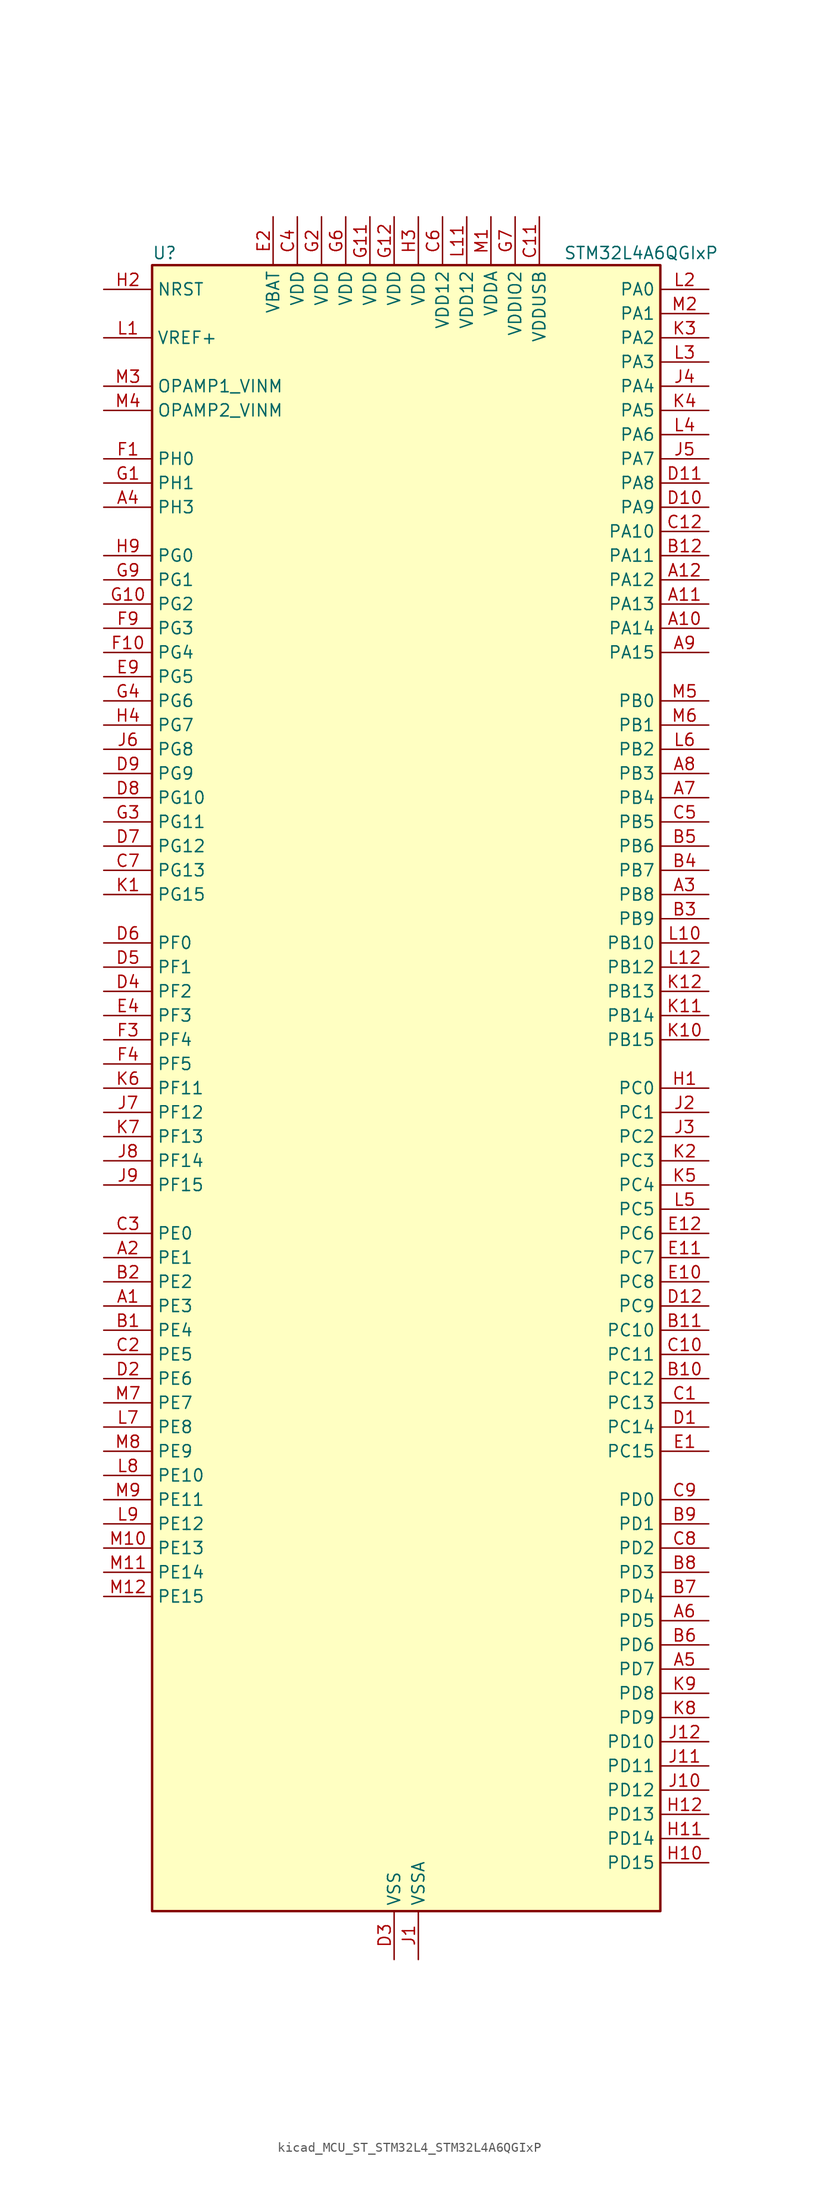
<source format=kicad_sym>
(kicad_symbol_lib
  (version 20220914)
  (generator kicad_symbol_editor)
  (symbol "kicad_MCU_ST_STM32L4_STM32L4A6QGIxP"
    (property "Reference" "U"
      (at -25.4 87.63 0)
      (effects (font (size 1.27 1.27)) (justify left)))
    (property "Value" "STM32L4A6QGIxP"
      (at 17.78 87.63 0)
      (effects (font (size 1.27 1.27)) (justify left)))
    (property "ki_locked" ""
      (at 0 0 0)
      (effects (font (size 1.27 1.27))))
    (symbol "kicad_MCU_ST_STM32L4_STM32L4A6QGIxP_0_1"
      (rectangle (start -25.4 -86.36) (end 27.94 86.36) (stroke (width 0.254) (type default)) (fill (type background))))
    (symbol "kicad_MCU_ST_STM32L4_STM32L4A6QGIxP_1_1"
      (pin bidirectional line (at -30.48 -22.86 0) (length 5.08) (name "PE3" (effects (font (size 1.27 1.27)))) (number "A1" (effects (font (size 1.27 1.27)))) (alternate "FMC_A19" bidirectional line) (alternate "LCD_SEG39" bidirectional line) (alternate "SAI1_SD_B" bidirectional line) (alternate "SYS_TRACED0" bidirectional line) (alternate "TIM3_CH1" bidirectional line) (alternate "TSC_G7_IO2" bidirectional line))
      (pin bidirectional line (at 33.02 48.26 180) (length 5.08) (name "PA14" (effects (font (size 1.27 1.27)))) (number "A10" (effects (font (size 1.27 1.27)))) (alternate "I2C1_SMBA" bidirectional line) (alternate "I2C4_SMBA" bidirectional line) (alternate "LPTIM1_OUT" bidirectional line) (alternate "SAI1_FS_B" bidirectional line) (alternate "SWPMI1_RX" bidirectional line) (alternate "SYS_JTCK-SWCLK" bidirectional line) (alternate "USB_OTG_FS_SOF" bidirectional line))
      (pin bidirectional line (at 33.02 50.8 180) (length 5.08) (name "PA13" (effects (font (size 1.27 1.27)))) (number "A11" (effects (font (size 1.27 1.27)))) (alternate "IR_OUT" bidirectional line) (alternate "SAI1_SD_B" bidirectional line) (alternate "SWPMI1_TX" bidirectional line) (alternate "SYS_JTMS-SWDIO" bidirectional line) (alternate "USB_OTG_FS_NOE" bidirectional line))
      (pin bidirectional line (at 33.02 53.34 180) (length 5.08) (name "PA12" (effects (font (size 1.27 1.27)))) (number "A12" (effects (font (size 1.27 1.27)))) (alternate "CAN1_TX" bidirectional line) (alternate "SPI1_MOSI" bidirectional line) (alternate "TIM1_ETR" bidirectional line) (alternate "USART1_DE" bidirectional line) (alternate "USART1_RTS" bidirectional line) (alternate "USB_OTG_FS_DP" bidirectional line))
      (pin bidirectional line (at -30.48 -17.78 0) (length 5.08) (name "PE1" (effects (font (size 1.27 1.27)))) (number "A2" (effects (font (size 1.27 1.27)))) (alternate "DCMI_D3" bidirectional line) (alternate "FMC_NBL1" bidirectional line) (alternate "LCD_SEG37" bidirectional line) (alternate "TIM17_CH1" bidirectional line))
      (pin bidirectional line (at 33.02 20.32 180) (length 5.08) (name "PB8" (effects (font (size 1.27 1.27)))) (number "A3" (effects (font (size 1.27 1.27)))) (alternate "CAN1_RX" bidirectional line) (alternate "DCMI_D6" bidirectional line) (alternate "DFSDM1_DATIN6" bidirectional line) (alternate "I2C1_SCL" bidirectional line) (alternate "LCD_SEG16" bidirectional line) (alternate "SAI1_MCLK_A" bidirectional line) (alternate "SDMMC1_D4" bidirectional line) (alternate "TIM16_CH1" bidirectional line) (alternate "TIM4_CH3" bidirectional line))
      (pin bidirectional line (at -30.48 60.96 0) (length 5.08) (name "PH3" (effects (font (size 1.27 1.27)))) (number "A4" (effects (font (size 1.27 1.27)))))
      (pin bidirectional line (at 33.02 -60.96 180) (length 5.08) (name "PD7" (effects (font (size 1.27 1.27)))) (number "A5" (effects (font (size 1.27 1.27)))) (alternate "DFSDM1_CKIN1" bidirectional line) (alternate "FMC_NE1" bidirectional line) (alternate "QUADSPI_BK2_IO3" bidirectional line) (alternate "USART2_CK" bidirectional line))
      (pin bidirectional line (at 33.02 -55.88 180) (length 5.08) (name "PD5" (effects (font (size 1.27 1.27)))) (number "A6" (effects (font (size 1.27 1.27)))) (alternate "FMC_NWE" bidirectional line) (alternate "QUADSPI_BK2_IO1" bidirectional line) (alternate "USART2_TX" bidirectional line))
      (pin bidirectional line (at 33.02 30.48 180) (length 5.08) (name "PB4" (effects (font (size 1.27 1.27)))) (number "A7" (effects (font (size 1.27 1.27)))) (alternate "COMP2_INP" bidirectional line) (alternate "DCMI_D12" bidirectional line) (alternate "I2C3_SDA" bidirectional line) (alternate "LCD_SEG8" bidirectional line) (alternate "SAI1_MCLK_B" bidirectional line) (alternate "SPI1_MISO" bidirectional line) (alternate "SPI3_MISO" bidirectional line) (alternate "SYS_JTRST" bidirectional line) (alternate "TIM17_BKIN" bidirectional line) (alternate "TIM3_CH1" bidirectional line) (alternate "TSC_G2_IO1" bidirectional line) (alternate "UART5_DE" bidirectional line) (alternate "UART5_RTS" bidirectional line) (alternate "USART1_CTS" bidirectional line))
      (pin bidirectional line (at 33.02 33.02 180) (length 5.08) (name "PB3" (effects (font (size 1.27 1.27)))) (number "A8" (effects (font (size 1.27 1.27)))) (alternate "COMP2_INM" bidirectional line) (alternate "CRS_SYNC" bidirectional line) (alternate "LCD_SEG7" bidirectional line) (alternate "SAI1_SCK_B" bidirectional line) (alternate "SPI1_SCK" bidirectional line) (alternate "SPI3_SCK" bidirectional line) (alternate "SYS_JTDO-SWO" bidirectional line) (alternate "TIM2_CH2" bidirectional line) (alternate "USART1_DE" bidirectional line) (alternate "USART1_RTS" bidirectional line))
      (pin bidirectional line (at 33.02 45.72 180) (length 5.08) (name "PA15" (effects (font (size 1.27 1.27)))) (number "A9" (effects (font (size 1.27 1.27)))) (alternate "ADC1_EXTI15" bidirectional line) (alternate "ADC2_EXTI15" bidirectional line) (alternate "ADC3_EXTI15" bidirectional line) (alternate "LCD_SEG17" bidirectional line) (alternate "SAI2_FS_B" bidirectional line) (alternate "SPI1_NSS" bidirectional line) (alternate "SPI3_NSS" bidirectional line) (alternate "SWPMI1_SUSPEND" bidirectional line) (alternate "SYS_JTDI" bidirectional line) (alternate "TIM2_CH1" bidirectional line) (alternate "TIM2_ETR" bidirectional line) (alternate "TSC_G3_IO1" bidirectional line) (alternate "UART4_DE" bidirectional line) (alternate "UART4_RTS" bidirectional line) (alternate "USART2_RX" bidirectional line) (alternate "USART3_DE" bidirectional line) (alternate "USART3_RTS" bidirectional line))
      (pin bidirectional line (at -30.48 -25.4 0) (length 5.08) (name "PE4" (effects (font (size 1.27 1.27)))) (number "B1" (effects (font (size 1.27 1.27)))) (alternate "DCMI_D4" bidirectional line) (alternate "DFSDM1_DATIN3" bidirectional line) (alternate "FMC_A20" bidirectional line) (alternate "SAI1_FS_A" bidirectional line) (alternate "SYS_TRACED1" bidirectional line) (alternate "TIM3_CH2" bidirectional line) (alternate "TSC_G7_IO3" bidirectional line))
      (pin bidirectional line (at 33.02 -30.48 180) (length 5.08) (name "PC12" (effects (font (size 1.27 1.27)))) (number "B10" (effects (font (size 1.27 1.27)))) (alternate "DCMI_D9" bidirectional line) (alternate "LCD_COM6" bidirectional line) (alternate "LCD_SEG30" bidirectional line) (alternate "LCD_SEG42" bidirectional line) (alternate "SAI2_SD_B" bidirectional line) (alternate "SDMMC1_CK" bidirectional line) (alternate "SPI3_MOSI" bidirectional line) (alternate "SYS_TRACED3" bidirectional line) (alternate "TSC_G3_IO4" bidirectional line) (alternate "UART5_TX" bidirectional line) (alternate "USART3_CK" bidirectional line))
      (pin bidirectional line (at 33.02 -25.4 180) (length 5.08) (name "PC10" (effects (font (size 1.27 1.27)))) (number "B11" (effects (font (size 1.27 1.27)))) (alternate "DCMI_D8" bidirectional line) (alternate "LCD_COM4" bidirectional line) (alternate "LCD_SEG28" bidirectional line) (alternate "LCD_SEG40" bidirectional line) (alternate "SAI2_SCK_B" bidirectional line) (alternate "SDMMC1_D2" bidirectional line) (alternate "SPI3_SCK" bidirectional line) (alternate "SYS_TRACED1" bidirectional line) (alternate "TSC_G3_IO2" bidirectional line) (alternate "UART4_TX" bidirectional line) (alternate "USART3_TX" bidirectional line))
      (pin bidirectional line (at 33.02 55.88 180) (length 5.08) (name "PA11" (effects (font (size 1.27 1.27)))) (number "B12" (effects (font (size 1.27 1.27)))) (alternate "ADC1_EXTI11" bidirectional line) (alternate "ADC2_EXTI11" bidirectional line) (alternate "ADC3_EXTI11" bidirectional line) (alternate "CAN1_RX" bidirectional line) (alternate "SPI1_MISO" bidirectional line) (alternate "TIM1_BKIN2" bidirectional line) (alternate "TIM1_BKIN2_COMP1" bidirectional line) (alternate "TIM1_CH4" bidirectional line) (alternate "USART1_CTS" bidirectional line) (alternate "USB_OTG_FS_DM" bidirectional line))
      (pin bidirectional line (at -30.48 -20.32 0) (length 5.08) (name "PE2" (effects (font (size 1.27 1.27)))) (number "B2" (effects (font (size 1.27 1.27)))) (alternate "FMC_A23" bidirectional line) (alternate "LCD_SEG38" bidirectional line) (alternate "SAI1_MCLK_A" bidirectional line) (alternate "SYS_TRACECLK" bidirectional line) (alternate "TIM3_ETR" bidirectional line) (alternate "TSC_G7_IO1" bidirectional line))
      (pin bidirectional line (at 33.02 17.78 180) (length 5.08) (name "PB9" (effects (font (size 1.27 1.27)))) (number "B3" (effects (font (size 1.27 1.27)))) (alternate "CAN1_TX" bidirectional line) (alternate "DAC1_EXTI9" bidirectional line) (alternate "DCMI_D7" bidirectional line) (alternate "DFSDM1_CKIN6" bidirectional line) (alternate "I2C1_SDA" bidirectional line) (alternate "IR_OUT" bidirectional line) (alternate "LCD_COM3" bidirectional line) (alternate "SAI1_FS_A" bidirectional line) (alternate "SDMMC1_D5" bidirectional line) (alternate "SPI2_NSS" bidirectional line) (alternate "TIM17_CH1" bidirectional line) (alternate "TIM4_CH4" bidirectional line))
      (pin bidirectional line (at 33.02 22.86 180) (length 5.08) (name "PB7" (effects (font (size 1.27 1.27)))) (number "B4" (effects (font (size 1.27 1.27)))) (alternate "COMP2_INM" bidirectional line) (alternate "DCMI_VSYNC" bidirectional line) (alternate "DFSDM1_CKIN5" bidirectional line) (alternate "FMC_NL" bidirectional line) (alternate "I2C1_SDA" bidirectional line) (alternate "I2C4_SDA" bidirectional line) (alternate "LCD_SEG21" bidirectional line) (alternate "LPTIM1_IN2" bidirectional line) (alternate "SYS_PVD_IN" bidirectional line) (alternate "TIM17_CH1N" bidirectional line) (alternate "TIM4_CH2" bidirectional line) (alternate "TIM8_BKIN" bidirectional line) (alternate "TIM8_BKIN_COMP1" bidirectional line) (alternate "TSC_G2_IO4" bidirectional line) (alternate "UART4_CTS" bidirectional line) (alternate "USART1_RX" bidirectional line))
      (pin bidirectional line (at 33.02 25.4 180) (length 5.08) (name "PB6" (effects (font (size 1.27 1.27)))) (number "B5" (effects (font (size 1.27 1.27)))) (alternate "CAN2_TX" bidirectional line) (alternate "COMP2_INP" bidirectional line) (alternate "DCMI_D5" bidirectional line) (alternate "DFSDM1_DATIN5" bidirectional line) (alternate "I2C1_SCL" bidirectional line) (alternate "I2C4_SCL" bidirectional line) (alternate "LPTIM1_ETR" bidirectional line) (alternate "SAI1_FS_B" bidirectional line) (alternate "TIM16_CH1N" bidirectional line) (alternate "TIM4_CH1" bidirectional line) (alternate "TIM8_BKIN2" bidirectional line) (alternate "TIM8_BKIN2_COMP2" bidirectional line) (alternate "TSC_G2_IO3" bidirectional line) (alternate "USART1_TX" bidirectional line))
      (pin bidirectional line (at 33.02 -58.42 180) (length 5.08) (name "PD6" (effects (font (size 1.27 1.27)))) (number "B6" (effects (font (size 1.27 1.27)))) (alternate "DCMI_D10" bidirectional line) (alternate "DFSDM1_DATIN1" bidirectional line) (alternate "FMC_NWAIT" bidirectional line) (alternate "QUADSPI_BK2_IO1" bidirectional line) (alternate "QUADSPI_BK2_IO2" bidirectional line) (alternate "SAI1_SD_A" bidirectional line) (alternate "USART2_RX" bidirectional line))
      (pin bidirectional line (at 33.02 -53.34 180) (length 5.08) (name "PD4" (effects (font (size 1.27 1.27)))) (number "B7" (effects (font (size 1.27 1.27)))) (alternate "DFSDM1_CKIN0" bidirectional line) (alternate "FMC_NOE" bidirectional line) (alternate "QUADSPI_BK2_IO0" bidirectional line) (alternate "SPI2_MOSI" bidirectional line) (alternate "USART2_DE" bidirectional line) (alternate "USART2_RTS" bidirectional line))
      (pin bidirectional line (at 33.02 -50.8 180) (length 5.08) (name "PD3" (effects (font (size 1.27 1.27)))) (number "B8" (effects (font (size 1.27 1.27)))) (alternate "DCMI_D5" bidirectional line) (alternate "DFSDM1_DATIN0" bidirectional line) (alternate "FMC_CLK" bidirectional line) (alternate "QUADSPI_BK2_NCS" bidirectional line) (alternate "SPI2_MISO" bidirectional line) (alternate "SPI2_SCK" bidirectional line) (alternate "USART2_CTS" bidirectional line))
      (pin bidirectional line (at 33.02 -45.72 180) (length 5.08) (name "PD1" (effects (font (size 1.27 1.27)))) (number "B9" (effects (font (size 1.27 1.27)))) (alternate "CAN1_TX" bidirectional line) (alternate "DFSDM1_CKIN7" bidirectional line) (alternate "FMC_D3" bidirectional line) (alternate "FMC_DA3" bidirectional line) (alternate "SPI2_SCK" bidirectional line))
      (pin bidirectional line (at 33.02 -33.02 180) (length 5.08) (name "PC13" (effects (font (size 1.27 1.27)))) (number "C1" (effects (font (size 1.27 1.27)))) (alternate "RTC_OUT_ALARM" bidirectional line) (alternate "RTC_OUT_CALIB" bidirectional line) (alternate "RTC_TAMP1" bidirectional line) (alternate "RTC_TS" bidirectional line) (alternate "SYS_WKUP2" bidirectional line))
      (pin bidirectional line (at 33.02 -27.94 180) (length 5.08) (name "PC11" (effects (font (size 1.27 1.27)))) (number "C10" (effects (font (size 1.27 1.27)))) (alternate "ADC1_EXTI11" bidirectional line) (alternate "ADC2_EXTI11" bidirectional line) (alternate "ADC3_EXTI11" bidirectional line) (alternate "DCMI_D4" bidirectional line) (alternate "LCD_COM5" bidirectional line) (alternate "LCD_SEG29" bidirectional line) (alternate "LCD_SEG41" bidirectional line) (alternate "QUADSPI_BK2_NCS" bidirectional line) (alternate "SAI2_MCLK_B" bidirectional line) (alternate "SDMMC1_D3" bidirectional line) (alternate "SPI3_MISO" bidirectional line) (alternate "TSC_G3_IO3" bidirectional line) (alternate "UART4_RX" bidirectional line) (alternate "USART3_RX" bidirectional line))
      (pin power_in line (at 15.24 91.44 270) (length 5.08) (name "VDDUSB" (effects (font (size 1.27 1.27)))) (number "C11" (effects (font (size 1.27 1.27)))))
      (pin bidirectional line (at 33.02 58.42 180) (length 5.08) (name "PA10" (effects (font (size 1.27 1.27)))) (number "C12" (effects (font (size 1.27 1.27)))) (alternate "DCMI_D1" bidirectional line) (alternate "LCD_COM2" bidirectional line) (alternate "SAI1_SD_A" bidirectional line) (alternate "TIM17_BKIN" bidirectional line) (alternate "TIM1_CH3" bidirectional line) (alternate "USART1_RX" bidirectional line) (alternate "USB_OTG_FS_ID" bidirectional line))
      (pin bidirectional line (at -30.48 -27.94 0) (length 5.08) (name "PE5" (effects (font (size 1.27 1.27)))) (number "C2" (effects (font (size 1.27 1.27)))) (alternate "DCMI_D6" bidirectional line) (alternate "DFSDM1_CKIN3" bidirectional line) (alternate "FMC_A21" bidirectional line) (alternate "SAI1_SCK_A" bidirectional line) (alternate "SYS_TRACED2" bidirectional line) (alternate "TIM3_CH3" bidirectional line) (alternate "TSC_G7_IO4" bidirectional line))
      (pin bidirectional line (at -30.48 -15.24 0) (length 5.08) (name "PE0" (effects (font (size 1.27 1.27)))) (number "C3" (effects (font (size 1.27 1.27)))) (alternate "DCMI_D2" bidirectional line) (alternate "FMC_NBL0" bidirectional line) (alternate "LCD_SEG36" bidirectional line) (alternate "TIM16_CH1" bidirectional line) (alternate "TIM4_ETR" bidirectional line))
      (pin power_in line (at -10.16 91.44 270) (length 5.08) (name "VDD" (effects (font (size 1.27 1.27)))) (number "C4" (effects (font (size 1.27 1.27)))))
      (pin bidirectional line (at 33.02 27.94 180) (length 5.08) (name "PB5" (effects (font (size 1.27 1.27)))) (number "C5" (effects (font (size 1.27 1.27)))) (alternate "CAN2_RX" bidirectional line) (alternate "COMP2_OUT" bidirectional line) (alternate "DCMI_D10" bidirectional line) (alternate "I2C1_SMBA" bidirectional line) (alternate "LCD_SEG9" bidirectional line) (alternate "LPTIM1_IN1" bidirectional line) (alternate "SAI1_SD_B" bidirectional line) (alternate "SPI1_MOSI" bidirectional line) (alternate "SPI3_MOSI" bidirectional line) (alternate "TIM16_BKIN" bidirectional line) (alternate "TIM3_CH2" bidirectional line) (alternate "TSC_G2_IO2" bidirectional line) (alternate "UART5_CTS" bidirectional line) (alternate "USART1_CK" bidirectional line))
      (pin power_in line (at 5.08 91.44 270) (length 5.08) (name "VDD12" (effects (font (size 1.27 1.27)))) (number "C6" (effects (font (size 1.27 1.27)))))
      (pin bidirectional line (at -30.48 22.86 0) (length 5.08) (name "PG13" (effects (font (size 1.27 1.27)))) (number "C7" (effects (font (size 1.27 1.27)))) (alternate "FMC_A24" bidirectional line) (alternate "I2C1_SDA" bidirectional line) (alternate "USART1_CK" bidirectional line))
      (pin bidirectional line (at 33.02 -48.26 180) (length 5.08) (name "PD2" (effects (font (size 1.27 1.27)))) (number "C8" (effects (font (size 1.27 1.27)))) (alternate "DCMI_D11" bidirectional line) (alternate "LCD_COM7" bidirectional line) (alternate "LCD_SEG31" bidirectional line) (alternate "LCD_SEG43" bidirectional line) (alternate "SDMMC1_CMD" bidirectional line) (alternate "SYS_TRACED2" bidirectional line) (alternate "TIM3_ETR" bidirectional line) (alternate "TSC_SYNC" bidirectional line) (alternate "UART5_RX" bidirectional line) (alternate "USART3_DE" bidirectional line) (alternate "USART3_RTS" bidirectional line))
      (pin bidirectional line (at 33.02 -43.18 180) (length 5.08) (name "PD0" (effects (font (size 1.27 1.27)))) (number "C9" (effects (font (size 1.27 1.27)))) (alternate "CAN1_RX" bidirectional line) (alternate "DFSDM1_DATIN7" bidirectional line) (alternate "FMC_D2" bidirectional line) (alternate "FMC_DA2" bidirectional line) (alternate "SPI2_NSS" bidirectional line))
      (pin bidirectional line (at 33.02 -35.56 180) (length 5.08) (name "PC14" (effects (font (size 1.27 1.27)))) (number "D1" (effects (font (size 1.27 1.27)))) (alternate "RCC_OSC32_IN" bidirectional line))
      (pin bidirectional line (at 33.02 60.96 180) (length 5.08) (name "PA9" (effects (font (size 1.27 1.27)))) (number "D10" (effects (font (size 1.27 1.27)))) (alternate "DAC1_EXTI9" bidirectional line) (alternate "DCMI_D0" bidirectional line) (alternate "LCD_COM1" bidirectional line) (alternate "SAI1_FS_A" bidirectional line) (alternate "SPI2_SCK" bidirectional line) (alternate "TIM15_BKIN" bidirectional line) (alternate "TIM1_CH2" bidirectional line) (alternate "USART1_TX" bidirectional line) (alternate "USB_OTG_FS_VBUS" bidirectional line))
      (pin bidirectional line (at 33.02 63.5 180) (length 5.08) (name "PA8" (effects (font (size 1.27 1.27)))) (number "D11" (effects (font (size 1.27 1.27)))) (alternate "LCD_COM0" bidirectional line) (alternate "LPTIM2_OUT" bidirectional line) (alternate "RCC_MCO" bidirectional line) (alternate "SAI1_SCK_A" bidirectional line) (alternate "SWPMI1_IO" bidirectional line) (alternate "TIM1_CH1" bidirectional line) (alternate "USART1_CK" bidirectional line) (alternate "USB_OTG_FS_SOF" bidirectional line))
      (pin bidirectional line (at 33.02 -22.86 180) (length 5.08) (name "PC9" (effects (font (size 1.27 1.27)))) (number "D12" (effects (font (size 1.27 1.27)))) (alternate "DAC1_EXTI9" bidirectional line) (alternate "DCMI_D3" bidirectional line) (alternate "I2C3_SDA" bidirectional line) (alternate "LCD_SEG27" bidirectional line) (alternate "SAI2_EXTCLK" bidirectional line) (alternate "SDMMC1_D1" bidirectional line) (alternate "TIM3_CH4" bidirectional line) (alternate "TIM8_BKIN2" bidirectional line) (alternate "TIM8_BKIN2_COMP1" bidirectional line) (alternate "TIM8_CH4" bidirectional line) (alternate "TSC_G4_IO4" bidirectional line) (alternate "USB_OTG_FS_NOE" bidirectional line))
      (pin bidirectional line (at -30.48 -30.48 0) (length 5.08) (name "PE6" (effects (font (size 1.27 1.27)))) (number "D2" (effects (font (size 1.27 1.27)))) (alternate "DCMI_D7" bidirectional line) (alternate "FMC_A22" bidirectional line) (alternate "RTC_TAMP3" bidirectional line) (alternate "SAI1_SD_A" bidirectional line) (alternate "SYS_TRACED3" bidirectional line) (alternate "SYS_WKUP3" bidirectional line) (alternate "TIM3_CH4" bidirectional line))
      (pin power_in line (at 0 -91.44 90) (length 5.08) (name "VSS" (effects (font (size 1.27 1.27)))) (number "D3" (effects (font (size 1.27 1.27)))))
      (pin bidirectional line (at -30.48 10.16 0) (length 5.08) (name "PF2" (effects (font (size 1.27 1.27)))) (number "D4" (effects (font (size 1.27 1.27)))) (alternate "FMC_A2" bidirectional line) (alternate "I2C2_SMBA" bidirectional line))
      (pin bidirectional line (at -30.48 12.7 0) (length 5.08) (name "PF1" (effects (font (size 1.27 1.27)))) (number "D5" (effects (font (size 1.27 1.27)))) (alternate "FMC_A1" bidirectional line) (alternate "I2C2_SCL" bidirectional line))
      (pin bidirectional line (at -30.48 15.24 0) (length 5.08) (name "PF0" (effects (font (size 1.27 1.27)))) (number "D6" (effects (font (size 1.27 1.27)))) (alternate "FMC_A0" bidirectional line) (alternate "I2C2_SDA" bidirectional line))
      (pin bidirectional line (at -30.48 25.4 0) (length 5.08) (name "PG12" (effects (font (size 1.27 1.27)))) (number "D7" (effects (font (size 1.27 1.27)))) (alternate "FMC_NE4" bidirectional line) (alternate "LPTIM1_ETR" bidirectional line) (alternate "SAI2_SD_A" bidirectional line) (alternate "SPI3_NSS" bidirectional line) (alternate "USART1_DE" bidirectional line) (alternate "USART1_RTS" bidirectional line))
      (pin bidirectional line (at -30.48 30.48 0) (length 5.08) (name "PG10" (effects (font (size 1.27 1.27)))) (number "D8" (effects (font (size 1.27 1.27)))) (alternate "FMC_NE3" bidirectional line) (alternate "LPTIM1_IN1" bidirectional line) (alternate "SAI2_FS_A" bidirectional line) (alternate "SPI3_MISO" bidirectional line) (alternate "TIM15_CH1" bidirectional line) (alternate "USART1_RX" bidirectional line))
      (pin bidirectional line (at -30.48 33.02 0) (length 5.08) (name "PG9" (effects (font (size 1.27 1.27)))) (number "D9" (effects (font (size 1.27 1.27)))) (alternate "DAC1_EXTI9" bidirectional line) (alternate "FMC_NCE" bidirectional line) (alternate "FMC_NE2" bidirectional line) (alternate "SAI2_SCK_A" bidirectional line) (alternate "SPI3_SCK" bidirectional line) (alternate "TIM15_CH1N" bidirectional line) (alternate "USART1_TX" bidirectional line))
      (pin bidirectional line (at 33.02 -38.1 180) (length 5.08) (name "PC15" (effects (font (size 1.27 1.27)))) (number "E1" (effects (font (size 1.27 1.27)))) (alternate "ADC1_EXTI15" bidirectional line) (alternate "ADC2_EXTI15" bidirectional line) (alternate "ADC3_EXTI15" bidirectional line) (alternate "RCC_OSC32_OUT" bidirectional line))
      (pin bidirectional line (at 33.02 -20.32 180) (length 5.08) (name "PC8" (effects (font (size 1.27 1.27)))) (number "E10" (effects (font (size 1.27 1.27)))) (alternate "DCMI_D2" bidirectional line) (alternate "LCD_SEG26" bidirectional line) (alternate "SDMMC1_D0" bidirectional line) (alternate "TIM3_CH3" bidirectional line) (alternate "TIM8_CH3" bidirectional line) (alternate "TSC_G4_IO3" bidirectional line))
      (pin bidirectional line (at 33.02 -17.78 180) (length 5.08) (name "PC7" (effects (font (size 1.27 1.27)))) (number "E11" (effects (font (size 1.27 1.27)))) (alternate "DCMI_D1" bidirectional line) (alternate "DFSDM1_DATIN3" bidirectional line) (alternate "LCD_SEG25" bidirectional line) (alternate "SAI2_MCLK_B" bidirectional line) (alternate "SDMMC1_D7" bidirectional line) (alternate "TIM3_CH2" bidirectional line) (alternate "TIM8_CH2" bidirectional line) (alternate "TSC_G4_IO2" bidirectional line))
      (pin bidirectional line (at 33.02 -15.24 180) (length 5.08) (name "PC6" (effects (font (size 1.27 1.27)))) (number "E12" (effects (font (size 1.27 1.27)))) (alternate "DCMI_D0" bidirectional line) (alternate "DFSDM1_CKIN3" bidirectional line) (alternate "LCD_SEG24" bidirectional line) (alternate "SAI2_MCLK_A" bidirectional line) (alternate "SDMMC1_D6" bidirectional line) (alternate "TIM3_CH1" bidirectional line) (alternate "TIM8_CH1" bidirectional line) (alternate "TSC_G4_IO1" bidirectional line))
      (pin power_in line (at -12.7 91.44 270) (length 5.08) (name "VBAT" (effects (font (size 1.27 1.27)))) (number "E2" (effects (font (size 1.27 1.27)))))
      (pin passive line (at 0 -91.44 90) (length 5.08) hide (name "VSS" (effects (font (size 1.27 1.27)))) (number "E3" (effects (font (size 1.27 1.27)))))
      (pin bidirectional line (at -30.48 7.62 0) (length 5.08) (name "PF3" (effects (font (size 1.27 1.27)))) (number "E4" (effects (font (size 1.27 1.27)))) (alternate "ADC3_IN6" bidirectional line) (alternate "FMC_A3" bidirectional line))
      (pin bidirectional line (at -30.48 43.18 0) (length 5.08) (name "PG5" (effects (font (size 1.27 1.27)))) (number "E9" (effects (font (size 1.27 1.27)))) (alternate "FMC_A15" bidirectional line) (alternate "LPUART1_CTS" bidirectional line) (alternate "SAI2_SD_B" bidirectional line) (alternate "SPI1_NSS" bidirectional line))
      (pin bidirectional line (at -30.48 66.04 0) (length 5.08) (name "PH0" (effects (font (size 1.27 1.27)))) (number "F1" (effects (font (size 1.27 1.27)))) (alternate "RCC_OSC_IN" bidirectional line))
      (pin bidirectional line (at -30.48 45.72 0) (length 5.08) (name "PG4" (effects (font (size 1.27 1.27)))) (number "F10" (effects (font (size 1.27 1.27)))) (alternate "FMC_A14" bidirectional line) (alternate "SAI2_MCLK_B" bidirectional line) (alternate "SPI1_MOSI" bidirectional line))
      (pin passive line (at 0 -91.44 90) (length 5.08) hide (name "VSS" (effects (font (size 1.27 1.27)))) (number "F11" (effects (font (size 1.27 1.27)))))
      (pin passive line (at 0 -91.44 90) (length 5.08) hide (name "VSS" (effects (font (size 1.27 1.27)))) (number "F12" (effects (font (size 1.27 1.27)))))
      (pin passive line (at 0 -91.44 90) (length 5.08) hide (name "VSS" (effects (font (size 1.27 1.27)))) (number "F2" (effects (font (size 1.27 1.27)))))
      (pin bidirectional line (at -30.48 5.08 0) (length 5.08) (name "PF4" (effects (font (size 1.27 1.27)))) (number "F3" (effects (font (size 1.27 1.27)))) (alternate "ADC3_IN7" bidirectional line) (alternate "FMC_A4" bidirectional line))
      (pin bidirectional line (at -30.48 2.54 0) (length 5.08) (name "PF5" (effects (font (size 1.27 1.27)))) (number "F4" (effects (font (size 1.27 1.27)))) (alternate "ADC3_IN8" bidirectional line) (alternate "FMC_A5" bidirectional line))
      (pin passive line (at 0 -91.44 90) (length 5.08) hide (name "VSS" (effects (font (size 1.27 1.27)))) (number "F6" (effects (font (size 1.27 1.27)))))
      (pin passive line (at 0 -91.44 90) (length 5.08) hide (name "VSS" (effects (font (size 1.27 1.27)))) (number "F7" (effects (font (size 1.27 1.27)))))
      (pin bidirectional line (at -30.48 48.26 0) (length 5.08) (name "PG3" (effects (font (size 1.27 1.27)))) (number "F9" (effects (font (size 1.27 1.27)))) (alternate "FMC_A13" bidirectional line) (alternate "SAI2_FS_B" bidirectional line) (alternate "SPI1_MISO" bidirectional line))
      (pin bidirectional line (at -30.48 63.5 0) (length 5.08) (name "PH1" (effects (font (size 1.27 1.27)))) (number "G1" (effects (font (size 1.27 1.27)))) (alternate "RCC_OSC_OUT" bidirectional line))
      (pin bidirectional line (at -30.48 50.8 0) (length 5.08) (name "PG2" (effects (font (size 1.27 1.27)))) (number "G10" (effects (font (size 1.27 1.27)))) (alternate "FMC_A12" bidirectional line) (alternate "SAI2_SCK_B" bidirectional line) (alternate "SPI1_SCK" bidirectional line))
      (pin power_in line (at -2.54 91.44 270) (length 5.08) (name "VDD" (effects (font (size 1.27 1.27)))) (number "G11" (effects (font (size 1.27 1.27)))))
      (pin power_in line (at 0 91.44 270) (length 5.08) (name "VDD" (effects (font (size 1.27 1.27)))) (number "G12" (effects (font (size 1.27 1.27)))))
      (pin power_in line (at -7.62 91.44 270) (length 5.08) (name "VDD" (effects (font (size 1.27 1.27)))) (number "G2" (effects (font (size 1.27 1.27)))))
      (pin bidirectional line (at -30.48 27.94 0) (length 5.08) (name "PG11" (effects (font (size 1.27 1.27)))) (number "G3" (effects (font (size 1.27 1.27)))) (alternate "ADC1_EXTI11" bidirectional line) (alternate "ADC2_EXTI11" bidirectional line) (alternate "ADC3_EXTI11" bidirectional line) (alternate "LPTIM1_IN2" bidirectional line) (alternate "SAI2_MCLK_A" bidirectional line) (alternate "SPI3_MOSI" bidirectional line) (alternate "TIM15_CH2" bidirectional line) (alternate "USART1_CTS" bidirectional line))
      (pin bidirectional line (at -30.48 40.64 0) (length 5.08) (name "PG6" (effects (font (size 1.27 1.27)))) (number "G4" (effects (font (size 1.27 1.27)))) (alternate "I2C3_SMBA" bidirectional line) (alternate "LPUART1_DE" bidirectional line) (alternate "LPUART1_RTS" bidirectional line))
      (pin power_in line (at -5.08 91.44 270) (length 5.08) (name "VDD" (effects (font (size 1.27 1.27)))) (number "G6" (effects (font (size 1.27 1.27)))))
      (pin power_in line (at 12.7 91.44 270) (length 5.08) (name "VDDIO2" (effects (font (size 1.27 1.27)))) (number "G7" (effects (font (size 1.27 1.27)))))
      (pin bidirectional line (at -30.48 53.34 0) (length 5.08) (name "PG1" (effects (font (size 1.27 1.27)))) (number "G9" (effects (font (size 1.27 1.27)))) (alternate "FMC_A11" bidirectional line) (alternate "TSC_G8_IO4" bidirectional line))
      (pin bidirectional line (at 33.02 0 180) (length 5.08) (name "PC0" (effects (font (size 1.27 1.27)))) (number "H1" (effects (font (size 1.27 1.27)))) (alternate "ADC1_IN1" bidirectional line) (alternate "ADC2_IN1" bidirectional line) (alternate "ADC3_IN1" bidirectional line) (alternate "DFSDM1_DATIN4" bidirectional line) (alternate "I2C3_SCL" bidirectional line) (alternate "I2C4_SCL" bidirectional line) (alternate "LCD_SEG18" bidirectional line) (alternate "LPTIM1_IN1" bidirectional line) (alternate "LPTIM2_IN1" bidirectional line) (alternate "LPUART1_RX" bidirectional line))
      (pin bidirectional line (at 33.02 -81.28 180) (length 5.08) (name "PD15" (effects (font (size 1.27 1.27)))) (number "H10" (effects (font (size 1.27 1.27)))) (alternate "ADC1_EXTI15" bidirectional line) (alternate "ADC2_EXTI15" bidirectional line) (alternate "ADC3_EXTI15" bidirectional line) (alternate "FMC_D1" bidirectional line) (alternate "FMC_DA1" bidirectional line) (alternate "LCD_SEG35" bidirectional line) (alternate "TIM4_CH4" bidirectional line))
      (pin bidirectional line (at 33.02 -78.74 180) (length 5.08) (name "PD14" (effects (font (size 1.27 1.27)))) (number "H11" (effects (font (size 1.27 1.27)))) (alternate "FMC_D0" bidirectional line) (alternate "FMC_DA0" bidirectional line) (alternate "LCD_SEG34" bidirectional line) (alternate "TIM4_CH3" bidirectional line))
      (pin bidirectional line (at 33.02 -76.2 180) (length 5.08) (name "PD13" (effects (font (size 1.27 1.27)))) (number "H12" (effects (font (size 1.27 1.27)))) (alternate "FMC_A18" bidirectional line) (alternate "I2C4_SDA" bidirectional line) (alternate "LCD_SEG33" bidirectional line) (alternate "LPTIM2_OUT" bidirectional line) (alternate "TIM4_CH2" bidirectional line) (alternate "TSC_G6_IO4" bidirectional line))
      (pin input line (at -30.48 83.82 0) (length 5.08) (name "NRST" (effects (font (size 1.27 1.27)))) (number "H2" (effects (font (size 1.27 1.27)))))
      (pin power_in line (at 2.54 91.44 270) (length 5.08) (name "VDD" (effects (font (size 1.27 1.27)))) (number "H3" (effects (font (size 1.27 1.27)))))
      (pin bidirectional line (at -30.48 38.1 0) (length 5.08) (name "PG7" (effects (font (size 1.27 1.27)))) (number "H4" (effects (font (size 1.27 1.27)))) (alternate "FMC_INT" bidirectional line) (alternate "I2C3_SCL" bidirectional line) (alternate "LPUART1_TX" bidirectional line) (alternate "SAI1_MCLK_A" bidirectional line))
      (pin bidirectional line (at -30.48 55.88 0) (length 5.08) (name "PG0" (effects (font (size 1.27 1.27)))) (number "H9" (effects (font (size 1.27 1.27)))) (alternate "FMC_A10" bidirectional line) (alternate "TSC_G8_IO3" bidirectional line))
      (pin power_in line (at 2.54 -91.44 90) (length 5.08) (name "VSSA" (effects (font (size 1.27 1.27)))) (number "J1" (effects (font (size 1.27 1.27)))))
      (pin bidirectional line (at 33.02 -73.66 180) (length 5.08) (name "PD12" (effects (font (size 1.27 1.27)))) (number "J10" (effects (font (size 1.27 1.27)))) (alternate "FMC_A17" bidirectional line) (alternate "FMC_ALE" bidirectional line) (alternate "I2C4_SCL" bidirectional line) (alternate "LCD_SEG32" bidirectional line) (alternate "LPTIM2_IN1" bidirectional line) (alternate "SAI2_FS_A" bidirectional line) (alternate "TIM4_CH1" bidirectional line) (alternate "TSC_G6_IO3" bidirectional line) (alternate "USART3_DE" bidirectional line) (alternate "USART3_RTS" bidirectional line))
      (pin bidirectional line (at 33.02 -71.12 180) (length 5.08) (name "PD11" (effects (font (size 1.27 1.27)))) (number "J11" (effects (font (size 1.27 1.27)))) (alternate "ADC1_EXTI11" bidirectional line) (alternate "ADC2_EXTI11" bidirectional line) (alternate "ADC3_EXTI11" bidirectional line) (alternate "FMC_A16" bidirectional line) (alternate "FMC_CLE" bidirectional line) (alternate "I2C4_SMBA" bidirectional line) (alternate "LCD_SEG31" bidirectional line) (alternate "LPTIM2_ETR" bidirectional line) (alternate "SAI2_SD_A" bidirectional line) (alternate "TSC_G6_IO2" bidirectional line) (alternate "USART3_CTS" bidirectional line))
      (pin bidirectional line (at 33.02 -68.58 180) (length 5.08) (name "PD10" (effects (font (size 1.27 1.27)))) (number "J12" (effects (font (size 1.27 1.27)))) (alternate "FMC_D15" bidirectional line) (alternate "FMC_DA15" bidirectional line) (alternate "LCD_SEG30" bidirectional line) (alternate "SAI2_SCK_A" bidirectional line) (alternate "TSC_G6_IO1" bidirectional line) (alternate "USART3_CK" bidirectional line))
      (pin bidirectional line (at 33.02 -2.54 180) (length 5.08) (name "PC1" (effects (font (size 1.27 1.27)))) (number "J2" (effects (font (size 1.27 1.27)))) (alternate "ADC1_IN2" bidirectional line) (alternate "ADC2_IN2" bidirectional line) (alternate "ADC3_IN2" bidirectional line) (alternate "DFSDM1_CKIN4" bidirectional line) (alternate "I2C3_SDA" bidirectional line) (alternate "I2C4_SDA" bidirectional line) (alternate "LCD_SEG19" bidirectional line) (alternate "LPTIM1_OUT" bidirectional line) (alternate "LPUART1_TX" bidirectional line) (alternate "QUADSPI_BK2_IO0" bidirectional line) (alternate "SAI1_SD_A" bidirectional line) (alternate "SPI2_MOSI" bidirectional line) (alternate "SYS_TRACED0" bidirectional line))
      (pin bidirectional line (at 33.02 -5.08 180) (length 5.08) (name "PC2" (effects (font (size 1.27 1.27)))) (number "J3" (effects (font (size 1.27 1.27)))) (alternate "ADC1_IN3" bidirectional line) (alternate "ADC2_IN3" bidirectional line) (alternate "ADC3_IN3" bidirectional line) (alternate "DFSDM1_CKOUT" bidirectional line) (alternate "LCD_SEG20" bidirectional line) (alternate "LPTIM1_IN2" bidirectional line) (alternate "QUADSPI_BK2_IO1" bidirectional line) (alternate "SPI2_MISO" bidirectional line))
      (pin bidirectional line (at 33.02 73.66 180) (length 5.08) (name "PA4" (effects (font (size 1.27 1.27)))) (number "J4" (effects (font (size 1.27 1.27)))) (alternate "ADC1_IN9" bidirectional line) (alternate "ADC2_IN9" bidirectional line) (alternate "DAC1_OUT1" bidirectional line) (alternate "DCMI_HSYNC" bidirectional line) (alternate "LPTIM2_OUT" bidirectional line) (alternate "SAI1_FS_B" bidirectional line) (alternate "SPI1_NSS" bidirectional line) (alternate "SPI3_NSS" bidirectional line) (alternate "USART2_CK" bidirectional line))
      (pin bidirectional line (at 33.02 66.04 180) (length 5.08) (name "PA7" (effects (font (size 1.27 1.27)))) (number "J5" (effects (font (size 1.27 1.27)))) (alternate "ADC1_IN12" bidirectional line) (alternate "ADC2_IN12" bidirectional line) (alternate "I2C3_SCL" bidirectional line) (alternate "LCD_SEG4" bidirectional line) (alternate "QUADSPI_BK1_IO2" bidirectional line) (alternate "SPI1_MOSI" bidirectional line) (alternate "TIM17_CH1" bidirectional line) (alternate "TIM1_CH1N" bidirectional line) (alternate "TIM3_CH2" bidirectional line) (alternate "TIM8_CH1N" bidirectional line))
      (pin bidirectional line (at -30.48 35.56 0) (length 5.08) (name "PG8" (effects (font (size 1.27 1.27)))) (number "J6" (effects (font (size 1.27 1.27)))) (alternate "I2C3_SDA" bidirectional line) (alternate "LPUART1_RX" bidirectional line))
      (pin bidirectional line (at -30.48 -2.54 0) (length 5.08) (name "PF12" (effects (font (size 1.27 1.27)))) (number "J7" (effects (font (size 1.27 1.27)))) (alternate "FMC_A6" bidirectional line))
      (pin bidirectional line (at -30.48 -7.62 0) (length 5.08) (name "PF14" (effects (font (size 1.27 1.27)))) (number "J8" (effects (font (size 1.27 1.27)))) (alternate "DFSDM1_CKIN6" bidirectional line) (alternate "FMC_A8" bidirectional line) (alternate "I2C4_SCL" bidirectional line) (alternate "TSC_G8_IO1" bidirectional line))
      (pin bidirectional line (at -30.48 -10.16 0) (length 5.08) (name "PF15" (effects (font (size 1.27 1.27)))) (number "J9" (effects (font (size 1.27 1.27)))) (alternate "ADC1_EXTI15" bidirectional line) (alternate "ADC2_EXTI15" bidirectional line) (alternate "ADC3_EXTI15" bidirectional line) (alternate "FMC_A9" bidirectional line) (alternate "I2C4_SDA" bidirectional line) (alternate "TSC_G8_IO2" bidirectional line))
      (pin bidirectional line (at -30.48 20.32 0) (length 5.08) (name "PG15" (effects (font (size 1.27 1.27)))) (number "K1" (effects (font (size 1.27 1.27)))) (alternate "ADC1_EXTI15" bidirectional line) (alternate "ADC2_EXTI15" bidirectional line) (alternate "ADC3_EXTI15" bidirectional line) (alternate "DCMI_D13" bidirectional line) (alternate "I2C1_SMBA" bidirectional line) (alternate "LPTIM1_OUT" bidirectional line))
      (pin bidirectional line (at 33.02 5.08 180) (length 5.08) (name "PB15" (effects (font (size 1.27 1.27)))) (number "K10" (effects (font (size 1.27 1.27)))) (alternate "ADC1_EXTI15" bidirectional line) (alternate "ADC2_EXTI15" bidirectional line) (alternate "ADC3_EXTI15" bidirectional line) (alternate "DFSDM1_CKIN2" bidirectional line) (alternate "LCD_SEG15" bidirectional line) (alternate "RTC_REFIN" bidirectional line) (alternate "SAI2_SD_A" bidirectional line) (alternate "SPI2_MOSI" bidirectional line) (alternate "SWPMI1_SUSPEND" bidirectional line) (alternate "TIM15_CH2" bidirectional line) (alternate "TIM1_CH3N" bidirectional line) (alternate "TIM8_CH3N" bidirectional line) (alternate "TSC_G1_IO4" bidirectional line))
      (pin bidirectional line (at 33.02 7.62 180) (length 5.08) (name "PB14" (effects (font (size 1.27 1.27)))) (number "K11" (effects (font (size 1.27 1.27)))) (alternate "DFSDM1_DATIN2" bidirectional line) (alternate "I2C2_SDA" bidirectional line) (alternate "LCD_SEG14" bidirectional line) (alternate "SAI2_MCLK_A" bidirectional line) (alternate "SPI2_MISO" bidirectional line) (alternate "SWPMI1_RX" bidirectional line) (alternate "TIM15_CH1" bidirectional line) (alternate "TIM1_CH2N" bidirectional line) (alternate "TIM8_CH2N" bidirectional line) (alternate "TSC_G1_IO3" bidirectional line) (alternate "USART3_DE" bidirectional line) (alternate "USART3_RTS" bidirectional line))
      (pin bidirectional line (at 33.02 10.16 180) (length 5.08) (name "PB13" (effects (font (size 1.27 1.27)))) (number "K12" (effects (font (size 1.27 1.27)))) (alternate "CAN2_TX" bidirectional line) (alternate "DFSDM1_CKIN1" bidirectional line) (alternate "I2C2_SCL" bidirectional line) (alternate "LCD_SEG13" bidirectional line) (alternate "LPUART1_CTS" bidirectional line) (alternate "SAI2_SCK_A" bidirectional line) (alternate "SPI2_SCK" bidirectional line) (alternate "SWPMI1_TX" bidirectional line) (alternate "TIM15_CH1N" bidirectional line) (alternate "TIM1_CH1N" bidirectional line) (alternate "TSC_G1_IO2" bidirectional line) (alternate "USART3_CTS" bidirectional line))
      (pin bidirectional line (at 33.02 -7.62 180) (length 5.08) (name "PC3" (effects (font (size 1.27 1.27)))) (number "K2" (effects (font (size 1.27 1.27)))) (alternate "ADC1_IN4" bidirectional line) (alternate "ADC2_IN4" bidirectional line) (alternate "ADC3_IN4" bidirectional line) (alternate "LCD_VLCD" bidirectional line) (alternate "LPTIM1_ETR" bidirectional line) (alternate "LPTIM2_ETR" bidirectional line) (alternate "QUADSPI_BK2_IO2" bidirectional line) (alternate "SAI1_SD_A" bidirectional line) (alternate "SPI2_MOSI" bidirectional line))
      (pin bidirectional line (at 33.02 78.74 180) (length 5.08) (name "PA2" (effects (font (size 1.27 1.27)))) (number "K3" (effects (font (size 1.27 1.27)))) (alternate "ADC1_IN7" bidirectional line) (alternate "ADC2_IN7" bidirectional line) (alternate "LCD_SEG1" bidirectional line) (alternate "LPUART1_TX" bidirectional line) (alternate "QUADSPI_BK1_NCS" bidirectional line) (alternate "RCC_LSCO" bidirectional line) (alternate "SAI2_EXTCLK" bidirectional line) (alternate "SYS_WKUP4" bidirectional line) (alternate "TIM15_CH1" bidirectional line) (alternate "TIM2_CH3" bidirectional line) (alternate "TIM5_CH3" bidirectional line) (alternate "USART2_TX" bidirectional line))
      (pin bidirectional line (at 33.02 71.12 180) (length 5.08) (name "PA5" (effects (font (size 1.27 1.27)))) (number "K4" (effects (font (size 1.27 1.27)))) (alternate "ADC1_IN10" bidirectional line) (alternate "ADC2_IN10" bidirectional line) (alternate "DAC1_OUT2" bidirectional line) (alternate "LPTIM2_ETR" bidirectional line) (alternate "SPI1_SCK" bidirectional line) (alternate "TIM2_CH1" bidirectional line) (alternate "TIM2_ETR" bidirectional line) (alternate "TIM8_CH1N" bidirectional line))
      (pin bidirectional line (at 33.02 -10.16 180) (length 5.08) (name "PC4" (effects (font (size 1.27 1.27)))) (number "K5" (effects (font (size 1.27 1.27)))) (alternate "ADC1_IN13" bidirectional line) (alternate "ADC2_IN13" bidirectional line) (alternate "COMP1_INM" bidirectional line) (alternate "LCD_SEG22" bidirectional line) (alternate "QUADSPI_BK2_IO3" bidirectional line) (alternate "USART3_TX" bidirectional line))
      (pin bidirectional line (at -30.48 0 0) (length 5.08) (name "PF11" (effects (font (size 1.27 1.27)))) (number "K6" (effects (font (size 1.27 1.27)))) (alternate "ADC1_EXTI11" bidirectional line) (alternate "ADC2_EXTI11" bidirectional line) (alternate "ADC3_EXTI11" bidirectional line) (alternate "DCMI_D12" bidirectional line))
      (pin bidirectional line (at -30.48 -5.08 0) (length 5.08) (name "PF13" (effects (font (size 1.27 1.27)))) (number "K7" (effects (font (size 1.27 1.27)))) (alternate "DFSDM1_DATIN6" bidirectional line) (alternate "FMC_A7" bidirectional line) (alternate "I2C4_SMBA" bidirectional line))
      (pin bidirectional line (at 33.02 -66.04 180) (length 5.08) (name "PD9" (effects (font (size 1.27 1.27)))) (number "K8" (effects (font (size 1.27 1.27)))) (alternate "DAC1_EXTI9" bidirectional line) (alternate "DCMI_PIXCLK" bidirectional line) (alternate "FMC_D14" bidirectional line) (alternate "FMC_DA14" bidirectional line) (alternate "LCD_SEG29" bidirectional line) (alternate "SAI2_MCLK_A" bidirectional line) (alternate "USART3_RX" bidirectional line))
      (pin bidirectional line (at 33.02 -63.5 180) (length 5.08) (name "PD8" (effects (font (size 1.27 1.27)))) (number "K9" (effects (font (size 1.27 1.27)))) (alternate "DCMI_HSYNC" bidirectional line) (alternate "FMC_D13" bidirectional line) (alternate "FMC_DA13" bidirectional line) (alternate "LCD_SEG28" bidirectional line) (alternate "USART3_TX" bidirectional line))
      (pin input line (at -30.48 78.74 0) (length 5.08) (name "VREF+" (effects (font (size 1.27 1.27)))) (number "L1" (effects (font (size 1.27 1.27)))) (alternate "VREFBUF_OUT" bidirectional line))
      (pin bidirectional line (at 33.02 15.24 180) (length 5.08) (name "PB10" (effects (font (size 1.27 1.27)))) (number "L10" (effects (font (size 1.27 1.27)))) (alternate "COMP1_OUT" bidirectional line) (alternate "DFSDM1_DATIN7" bidirectional line) (alternate "I2C2_SCL" bidirectional line) (alternate "I2C4_SCL" bidirectional line) (alternate "LCD_SEG10" bidirectional line) (alternate "LPUART1_RX" bidirectional line) (alternate "QUADSPI_CLK" bidirectional line) (alternate "SAI1_SCK_A" bidirectional line) (alternate "SPI2_SCK" bidirectional line) (alternate "TIM2_CH3" bidirectional line) (alternate "TSC_SYNC" bidirectional line) (alternate "USART3_TX" bidirectional line))
      (pin power_in line (at 7.62 91.44 270) (length 5.08) (name "VDD12" (effects (font (size 1.27 1.27)))) (number "L11" (effects (font (size 1.27 1.27)))))
      (pin bidirectional line (at 33.02 12.7 180) (length 5.08) (name "PB12" (effects (font (size 1.27 1.27)))) (number "L12" (effects (font (size 1.27 1.27)))) (alternate "CAN2_RX" bidirectional line) (alternate "DFSDM1_DATIN1" bidirectional line) (alternate "I2C2_SMBA" bidirectional line) (alternate "LCD_SEG12" bidirectional line) (alternate "LPUART1_DE" bidirectional line) (alternate "LPUART1_RTS" bidirectional line) (alternate "SAI2_FS_A" bidirectional line) (alternate "SPI2_NSS" bidirectional line) (alternate "SWPMI1_IO" bidirectional line) (alternate "TIM15_BKIN" bidirectional line) (alternate "TIM1_BKIN" bidirectional line) (alternate "TIM1_BKIN_COMP2" bidirectional line) (alternate "TSC_G1_IO1" bidirectional line) (alternate "USART3_CK" bidirectional line))
      (pin bidirectional line (at 33.02 83.82 180) (length 5.08) (name "PA0" (effects (font (size 1.27 1.27)))) (number "L2" (effects (font (size 1.27 1.27)))) (alternate "ADC1_IN5" bidirectional line) (alternate "ADC2_IN5" bidirectional line) (alternate "OPAMP1_VINP" bidirectional line) (alternate "RTC_TAMP2" bidirectional line) (alternate "SAI1_EXTCLK" bidirectional line) (alternate "SYS_WKUP1" bidirectional line) (alternate "TIM2_CH1" bidirectional line) (alternate "TIM2_ETR" bidirectional line) (alternate "TIM5_CH1" bidirectional line) (alternate "TIM8_ETR" bidirectional line) (alternate "UART4_TX" bidirectional line) (alternate "USART2_CTS" bidirectional line))
      (pin bidirectional line (at 33.02 76.2 180) (length 5.08) (name "PA3" (effects (font (size 1.27 1.27)))) (number "L3" (effects (font (size 1.27 1.27)))) (alternate "ADC1_IN8" bidirectional line) (alternate "ADC2_IN8" bidirectional line) (alternate "LCD_SEG2" bidirectional line) (alternate "LPUART1_RX" bidirectional line) (alternate "OPAMP1_VOUT" bidirectional line) (alternate "QUADSPI_CLK" bidirectional line) (alternate "SAI1_MCLK_A" bidirectional line) (alternate "TIM15_CH2" bidirectional line) (alternate "TIM2_CH4" bidirectional line) (alternate "TIM5_CH4" bidirectional line) (alternate "USART2_RX" bidirectional line))
      (pin bidirectional line (at 33.02 68.58 180) (length 5.08) (name "PA6" (effects (font (size 1.27 1.27)))) (number "L4" (effects (font (size 1.27 1.27)))) (alternate "ADC1_IN11" bidirectional line) (alternate "ADC2_IN11" bidirectional line) (alternate "DCMI_PIXCLK" bidirectional line) (alternate "LCD_SEG3" bidirectional line) (alternate "LPUART1_CTS" bidirectional line) (alternate "OPAMP2_VINP" bidirectional line) (alternate "QUADSPI_BK1_IO3" bidirectional line) (alternate "SPI1_MISO" bidirectional line) (alternate "TIM16_CH1" bidirectional line) (alternate "TIM1_BKIN" bidirectional line) (alternate "TIM1_BKIN_COMP2" bidirectional line) (alternate "TIM3_CH1" bidirectional line) (alternate "TIM8_BKIN" bidirectional line) (alternate "TIM8_BKIN_COMP2" bidirectional line) (alternate "USART3_CTS" bidirectional line))
      (pin bidirectional line (at 33.02 -12.7 180) (length 5.08) (name "PC5" (effects (font (size 1.27 1.27)))) (number "L5" (effects (font (size 1.27 1.27)))) (alternate "ADC1_IN14" bidirectional line) (alternate "ADC2_IN14" bidirectional line) (alternate "COMP1_INP" bidirectional line) (alternate "LCD_SEG23" bidirectional line) (alternate "SYS_WKUP5" bidirectional line) (alternate "USART3_RX" bidirectional line))
      (pin bidirectional line (at 33.02 35.56 180) (length 5.08) (name "PB2" (effects (font (size 1.27 1.27)))) (number "L6" (effects (font (size 1.27 1.27)))) (alternate "COMP1_INP" bidirectional line) (alternate "DFSDM1_CKIN0" bidirectional line) (alternate "I2C3_SMBA" bidirectional line) (alternate "LCD_VLCD" bidirectional line) (alternate "LPTIM1_OUT" bidirectional line) (alternate "RTC_OUT_ALARM" bidirectional line) (alternate "RTC_OUT_CALIB" bidirectional line))
      (pin bidirectional line (at -30.48 -35.56 0) (length 5.08) (name "PE8" (effects (font (size 1.27 1.27)))) (number "L7" (effects (font (size 1.27 1.27)))) (alternate "DFSDM1_CKIN2" bidirectional line) (alternate "FMC_D5" bidirectional line) (alternate "FMC_DA5" bidirectional line) (alternate "SAI1_SCK_B" bidirectional line) (alternate "TIM1_CH1N" bidirectional line))
      (pin bidirectional line (at -30.48 -40.64 0) (length 5.08) (name "PE10" (effects (font (size 1.27 1.27)))) (number "L8" (effects (font (size 1.27 1.27)))) (alternate "DFSDM1_DATIN4" bidirectional line) (alternate "FMC_D7" bidirectional line) (alternate "FMC_DA7" bidirectional line) (alternate "QUADSPI_CLK" bidirectional line) (alternate "SAI1_MCLK_B" bidirectional line) (alternate "TIM1_CH2N" bidirectional line) (alternate "TSC_G5_IO1" bidirectional line))
      (pin bidirectional line (at -30.48 -45.72 0) (length 5.08) (name "PE12" (effects (font (size 1.27 1.27)))) (number "L9" (effects (font (size 1.27 1.27)))) (alternate "DFSDM1_DATIN5" bidirectional line) (alternate "FMC_D9" bidirectional line) (alternate "FMC_DA9" bidirectional line) (alternate "QUADSPI_BK1_IO0" bidirectional line) (alternate "SPI1_NSS" bidirectional line) (alternate "TIM1_CH3N" bidirectional line) (alternate "TSC_G5_IO3" bidirectional line))
      (pin power_in line (at 10.16 91.44 270) (length 5.08) (name "VDDA" (effects (font (size 1.27 1.27)))) (number "M1" (effects (font (size 1.27 1.27)))))
      (pin bidirectional line (at -30.48 -48.26 0) (length 5.08) (name "PE13" (effects (font (size 1.27 1.27)))) (number "M10" (effects (font (size 1.27 1.27)))) (alternate "DFSDM1_CKIN5" bidirectional line) (alternate "FMC_D10" bidirectional line) (alternate "FMC_DA10" bidirectional line) (alternate "QUADSPI_BK1_IO1" bidirectional line) (alternate "SPI1_SCK" bidirectional line) (alternate "TIM1_CH3" bidirectional line) (alternate "TSC_G5_IO4" bidirectional line))
      (pin bidirectional line (at -30.48 -50.8 0) (length 5.08) (name "PE14" (effects (font (size 1.27 1.27)))) (number "M11" (effects (font (size 1.27 1.27)))) (alternate "FMC_D11" bidirectional line) (alternate "FMC_DA11" bidirectional line) (alternate "QUADSPI_BK1_IO2" bidirectional line) (alternate "SPI1_MISO" bidirectional line) (alternate "TIM1_BKIN2" bidirectional line) (alternate "TIM1_BKIN2_COMP2" bidirectional line) (alternate "TIM1_CH4" bidirectional line))
      (pin bidirectional line (at -30.48 -53.34 0) (length 5.08) (name "PE15" (effects (font (size 1.27 1.27)))) (number "M12" (effects (font (size 1.27 1.27)))) (alternate "ADC1_EXTI15" bidirectional line) (alternate "ADC2_EXTI15" bidirectional line) (alternate "ADC3_EXTI15" bidirectional line) (alternate "FMC_D12" bidirectional line) (alternate "FMC_DA12" bidirectional line) (alternate "QUADSPI_BK1_IO3" bidirectional line) (alternate "SPI1_MOSI" bidirectional line) (alternate "TIM1_BKIN" bidirectional line) (alternate "TIM1_BKIN_COMP1" bidirectional line))
      (pin bidirectional line (at 33.02 81.28 180) (length 5.08) (name "PA1" (effects (font (size 1.27 1.27)))) (number "M2" (effects (font (size 1.27 1.27)))) (alternate "ADC1_IN6" bidirectional line) (alternate "ADC2_IN6" bidirectional line) (alternate "I2C1_SMBA" bidirectional line) (alternate "LCD_SEG0" bidirectional line) (alternate "SPI1_SCK" bidirectional line) (alternate "TIM15_CH1N" bidirectional line) (alternate "TIM2_CH2" bidirectional line) (alternate "TIM5_CH2" bidirectional line) (alternate "UART4_RX" bidirectional line) (alternate "USART2_DE" bidirectional line) (alternate "USART2_RTS" bidirectional line))
      (pin bidirectional line (at -30.48 73.66 0) (length 5.08) (name "OPAMP1_VINM" (effects (font (size 1.27 1.27)))) (number "M3" (effects (font (size 1.27 1.27)))) (alternate "OPAMP1_VINM" bidirectional line))
      (pin bidirectional line (at -30.48 71.12 0) (length 5.08) (name "OPAMP2_VINM" (effects (font (size 1.27 1.27)))) (number "M4" (effects (font (size 1.27 1.27)))) (alternate "OPAMP2_VINM" bidirectional line))
      (pin bidirectional line (at 33.02 40.64 180) (length 5.08) (name "PB0" (effects (font (size 1.27 1.27)))) (number "M5" (effects (font (size 1.27 1.27)))) (alternate "ADC1_IN15" bidirectional line) (alternate "ADC2_IN15" bidirectional line) (alternate "COMP1_OUT" bidirectional line) (alternate "LCD_SEG5" bidirectional line) (alternate "OPAMP2_VOUT" bidirectional line) (alternate "QUADSPI_BK1_IO1" bidirectional line) (alternate "SAI1_EXTCLK" bidirectional line) (alternate "SPI1_NSS" bidirectional line) (alternate "TIM1_CH2N" bidirectional line) (alternate "TIM3_CH3" bidirectional line) (alternate "TIM8_CH2N" bidirectional line) (alternate "USART3_CK" bidirectional line))
      (pin bidirectional line (at 33.02 38.1 180) (length 5.08) (name "PB1" (effects (font (size 1.27 1.27)))) (number "M6" (effects (font (size 1.27 1.27)))) (alternate "ADC1_IN16" bidirectional line) (alternate "ADC2_IN16" bidirectional line) (alternate "COMP1_INM" bidirectional line) (alternate "DFSDM1_DATIN0" bidirectional line) (alternate "LCD_SEG6" bidirectional line) (alternate "LPTIM2_IN1" bidirectional line) (alternate "LPUART1_DE" bidirectional line) (alternate "LPUART1_RTS" bidirectional line) (alternate "QUADSPI_BK1_IO0" bidirectional line) (alternate "TIM1_CH3N" bidirectional line) (alternate "TIM3_CH4" bidirectional line) (alternate "TIM8_CH3N" bidirectional line) (alternate "USART3_DE" bidirectional line) (alternate "USART3_RTS" bidirectional line))
      (pin bidirectional line (at -30.48 -33.02 0) (length 5.08) (name "PE7" (effects (font (size 1.27 1.27)))) (number "M7" (effects (font (size 1.27 1.27)))) (alternate "DFSDM1_DATIN2" bidirectional line) (alternate "FMC_D4" bidirectional line) (alternate "FMC_DA4" bidirectional line) (alternate "SAI1_SD_B" bidirectional line) (alternate "TIM1_ETR" bidirectional line))
      (pin bidirectional line (at -30.48 -38.1 0) (length 5.08) (name "PE9" (effects (font (size 1.27 1.27)))) (number "M8" (effects (font (size 1.27 1.27)))) (alternate "DAC1_EXTI9" bidirectional line) (alternate "DFSDM1_CKOUT" bidirectional line) (alternate "FMC_D6" bidirectional line) (alternate "FMC_DA6" bidirectional line) (alternate "SAI1_FS_B" bidirectional line) (alternate "TIM1_CH1" bidirectional line))
      (pin bidirectional line (at -30.48 -43.18 0) (length 5.08) (name "PE11" (effects (font (size 1.27 1.27)))) (number "M9" (effects (font (size 1.27 1.27)))) (alternate "ADC1_EXTI11" bidirectional line) (alternate "ADC2_EXTI11" bidirectional line) (alternate "ADC3_EXTI11" bidirectional line) (alternate "DFSDM1_CKIN4" bidirectional line) (alternate "FMC_D8" bidirectional line) (alternate "FMC_DA8" bidirectional line) (alternate "QUADSPI_BK1_NCS" bidirectional line) (alternate "TIM1_CH2" bidirectional line) (alternate "TSC_G5_IO2" bidirectional line)))))
</source>
